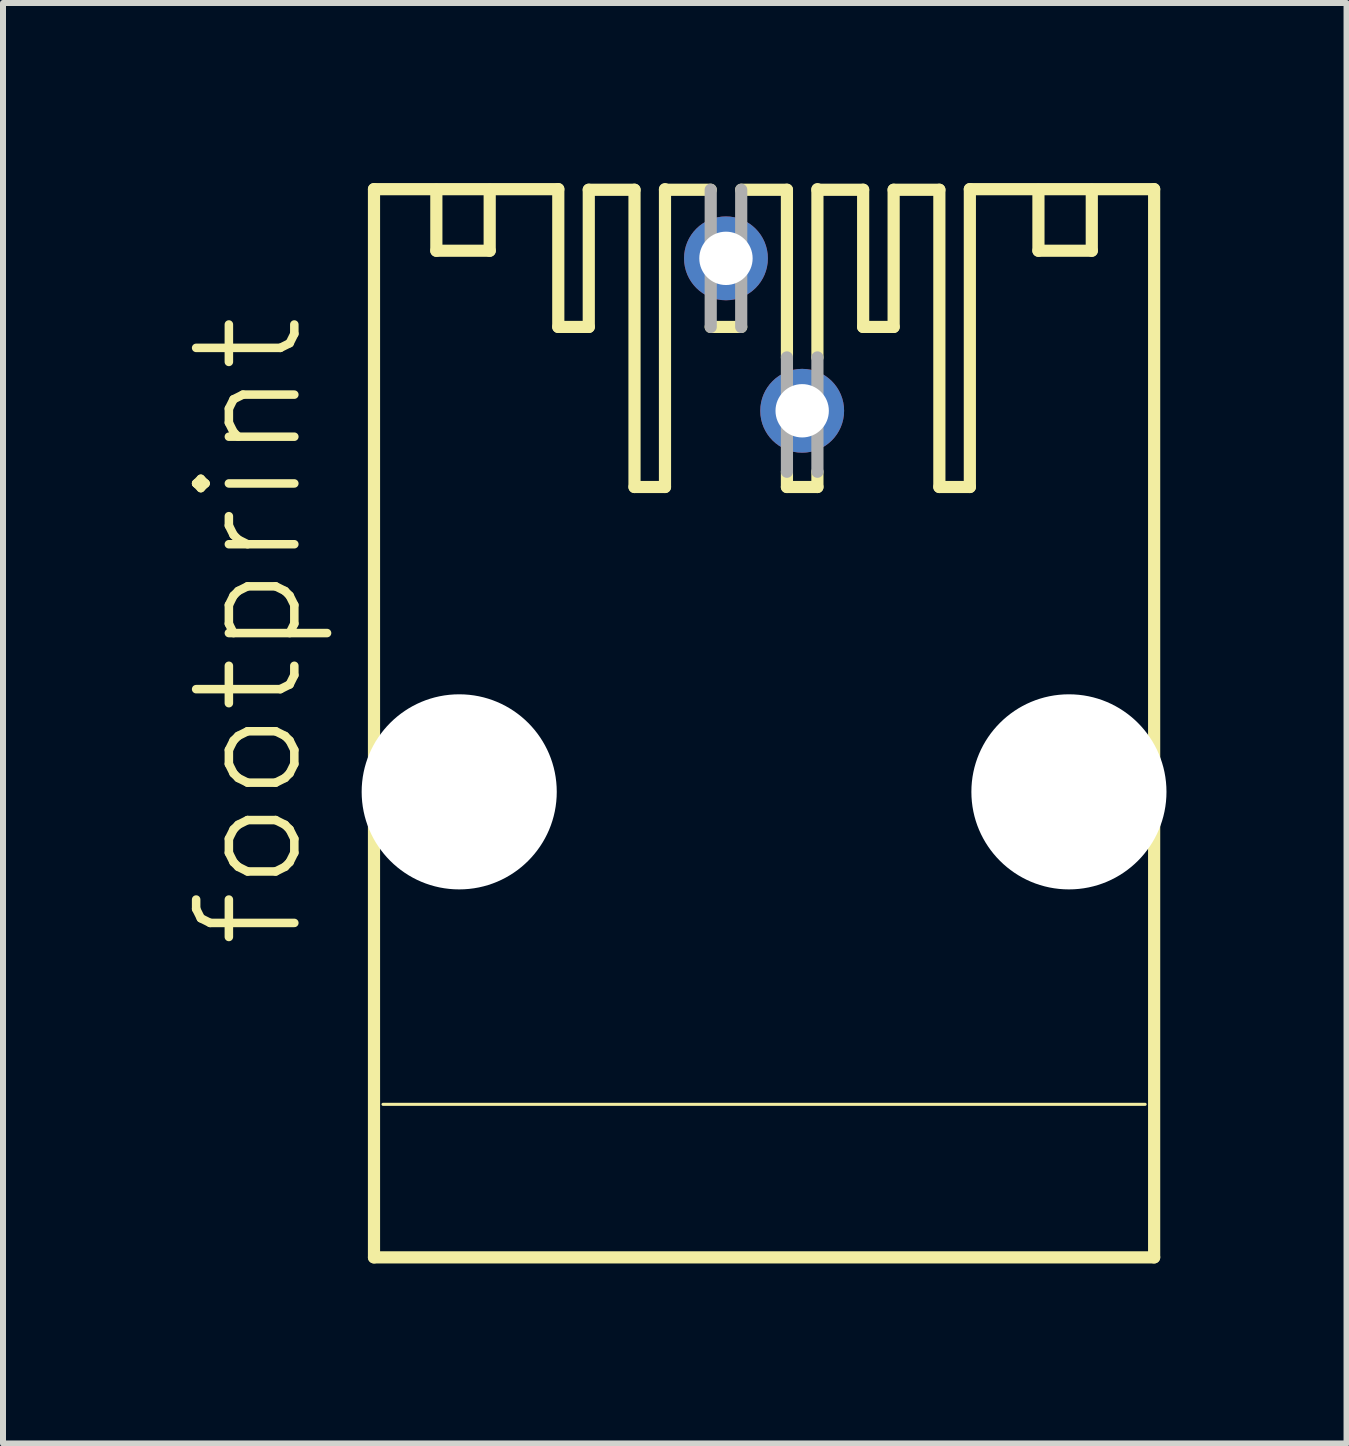
<source format=kicad_pcb>
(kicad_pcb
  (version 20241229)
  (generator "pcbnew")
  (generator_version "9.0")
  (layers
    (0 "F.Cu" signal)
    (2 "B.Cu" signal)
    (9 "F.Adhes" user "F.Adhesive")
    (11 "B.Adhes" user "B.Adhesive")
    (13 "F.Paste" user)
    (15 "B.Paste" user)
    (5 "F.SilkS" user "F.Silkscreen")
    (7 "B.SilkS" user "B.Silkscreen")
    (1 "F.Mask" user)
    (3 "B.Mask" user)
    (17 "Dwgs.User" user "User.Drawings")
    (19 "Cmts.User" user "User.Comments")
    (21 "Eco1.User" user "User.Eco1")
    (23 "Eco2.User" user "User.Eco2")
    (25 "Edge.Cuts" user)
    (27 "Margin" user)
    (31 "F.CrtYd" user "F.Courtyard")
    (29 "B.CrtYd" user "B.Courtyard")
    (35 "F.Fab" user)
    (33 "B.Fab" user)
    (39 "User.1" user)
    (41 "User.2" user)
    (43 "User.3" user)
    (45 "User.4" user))
  (footprint "footprint"
    (layer "F.Cu")
    (at 9.682 9.002)
    (property "Reference" "footprint" (at -7.62 3.81 90) (layer "F.SilkS") (effects (font (size 1.636 1.636) (thickness 0.142)) (justify left bottom)))
    (fp_line (start -6.5 -8.9) (end -3.429 -8.9) (stroke (width 0.203) (type solid)) (layer "F.SilkS"))
    (fp_line (start -6.5 8.9) (end -6.5 -8.9) (stroke (width 0.203) (type solid)) (layer "F.SilkS"))
    (fp_line (start -6.35 6.35) (end 6.35 6.35) (stroke (width 0.051) (type solid)) (layer "F.SilkS"))
    (fp_line (start -5.461 -8.89) (end -5.461 -7.874) (stroke (width 0.203) (type solid)) (layer "F.SilkS"))
    (fp_line (start -5.461 -7.874) (end -4.572 -7.874) (stroke (width 0.203) (type solid)) (layer "F.SilkS"))
    (fp_line (start -4.572 -7.874) (end -4.572 -8.89) (stroke (width 0.203) (type solid)) (layer "F.SilkS"))
    (fp_line (start -3.429 -8.9) (end -3.429 -6.604) (stroke (width 0.203) (type solid)) (layer "F.SilkS"))
    (fp_line (start -2.921 -8.89) (end -2.921 -6.604) (stroke (width 0.203) (type solid)) (layer "F.SilkS"))
    (fp_line (start -2.921 -8.89) (end -2.159 -8.89) (stroke (width 0.203) (type solid)) (layer "F.SilkS"))
    (fp_line (start -2.921 -6.604) (end -3.429 -6.604) (stroke (width 0.203) (type solid)) (layer "F.SilkS"))
    (fp_line (start -2.159 -3.937) (end -2.159 -8.89) (stroke (width 0.203) (type solid)) (layer "F.SilkS"))
    (fp_line (start -1.651 -8.89) (end -0.889 -8.89) (stroke (width 0.203) (type solid)) (layer "F.SilkS"))
    (fp_line (start -1.651 -3.937) (end -2.159 -3.937) (stroke (width 0.203) (type solid)) (layer "F.SilkS"))
    (fp_line (start -1.651 -3.937) (end -1.651 -8.9) (stroke (width 0.203) (type solid)) (layer "F.SilkS"))
    (fp_line (start -0.381 -8.89) (end 0.381 -8.89) (stroke (width 0.203) (type solid)) (layer "F.SilkS"))
    (fp_line (start -0.381 -6.604) (end -0.889 -6.604) (stroke (width 0.203) (type solid)) (layer "F.SilkS"))
    (fp_line (start 0.381 -6.096) (end 0.381 -8.89) (stroke (width 0.203) (type solid)) (layer "F.SilkS"))
    (fp_line (start 0.381 -3.937) (end 0.381 -4.191) (stroke (width 0.203) (type solid)) (layer "F.SilkS"))
    (fp_line (start 0.889 -8.89) (end 1.651 -8.89) (stroke (width 0.203) (type solid)) (layer "F.SilkS"))
    (fp_line (start 0.889 -6.096) (end 0.889 -8.9) (stroke (width 0.203) (type solid)) (layer "F.SilkS"))
    (fp_line (start 0.889 -3.937) (end 0.381 -3.937) (stroke (width 0.203) (type solid)) (layer "F.SilkS"))
    (fp_line (start 0.889 -3.937) (end 0.889 -4.191) (stroke (width 0.203) (type solid)) (layer "F.SilkS"))
    (fp_line (start 1.651 -8.89) (end 1.651 -6.604) (stroke (width 0.203) (type solid)) (layer "F.SilkS"))
    (fp_line (start 2.159 -8.89) (end 2.159 -6.604) (stroke (width 0.203) (type solid)) (layer "F.SilkS"))
    (fp_line (start 2.159 -8.89) (end 2.921 -8.89) (stroke (width 0.203) (type solid)) (layer "F.SilkS"))
    (fp_line (start 2.159 -6.604) (end 1.651 -6.604) (stroke (width 0.203) (type solid)) (layer "F.SilkS"))
    (fp_line (start 2.921 -3.937) (end 2.921 -8.89) (stroke (width 0.203) (type solid)) (layer "F.SilkS"))
    (fp_line (start 3.429 -8.9) (end 6.5 -8.9) (stroke (width 0.203) (type solid)) (layer "F.SilkS"))
    (fp_line (start 3.429 -3.937) (end 2.921 -3.937) (stroke (width 0.203) (type solid)) (layer "F.SilkS"))
    (fp_line (start 3.429 -3.937) (end 3.429 -8.9) (stroke (width 0.203) (type solid)) (layer "F.SilkS"))
    (fp_line (start 4.572 -7.874) (end 4.572 -8.89) (stroke (width 0.203) (type solid)) (layer "F.SilkS"))
    (fp_line (start 5.461 -8.89) (end 5.461 -7.874) (stroke (width 0.203) (type solid)) (layer "F.SilkS"))
    (fp_line (start 5.461 -7.874) (end 4.572 -7.874) (stroke (width 0.203) (type solid)) (layer "F.SilkS"))
    (fp_line (start 6.5 -8.9) (end 6.5 8.9) (stroke (width 0.203) (type solid)) (layer "F.SilkS"))
    (fp_line (start 6.5 8.9) (end -6.5 8.9) (stroke (width 0.203) (type solid)) (layer "F.SilkS"))
    (fp_line (start -0.889 -8.89) (end -0.889 -6.604) (stroke (width 0.203) (type solid)) (layer "F.Fab"))
    (fp_line (start -0.381 -8.89) (end -0.381 -6.604) (stroke (width 0.203) (type solid)) (layer "F.Fab"))
    (fp_line (start 0.381 -6.096) (end 0.381 -4.191) (stroke (width 0.203) (type solid)) (layer "F.Fab"))
    (fp_line (start 0.889 -6.096) (end 0.889 -4.191) (stroke (width 0.203) (type solid)) (layer "F.Fab"))
    (pad "" np_thru_hole circle (at -5.08 1.143) (size 3.251 3.251) (drill 3.251) (layers "*.Cu" "*.Mask"))
    (pad "" np_thru_hole circle (at 5.08 1.143) (size 3.251 3.251) (drill 3.251) (layers "*.Cu" "*.Mask"))
    (pad "1" thru_hole circle (at -0.635 -7.747) (size 1.397 1.397) (drill 0.889) (layers "*.Cu" "*.Mask"))
    (pad "2" thru_hole circle (at 0.635 -5.207) (size 1.397 1.397) (drill 0.889) (layers "*.Cu" "*.Mask")))
  (gr_rect
    (start -3 -3)
    (end 19.388 21.003)
    (stroke (width 0.1) (type default))
    (fill no)
    (layer "Edge.Cuts")))
</source>
